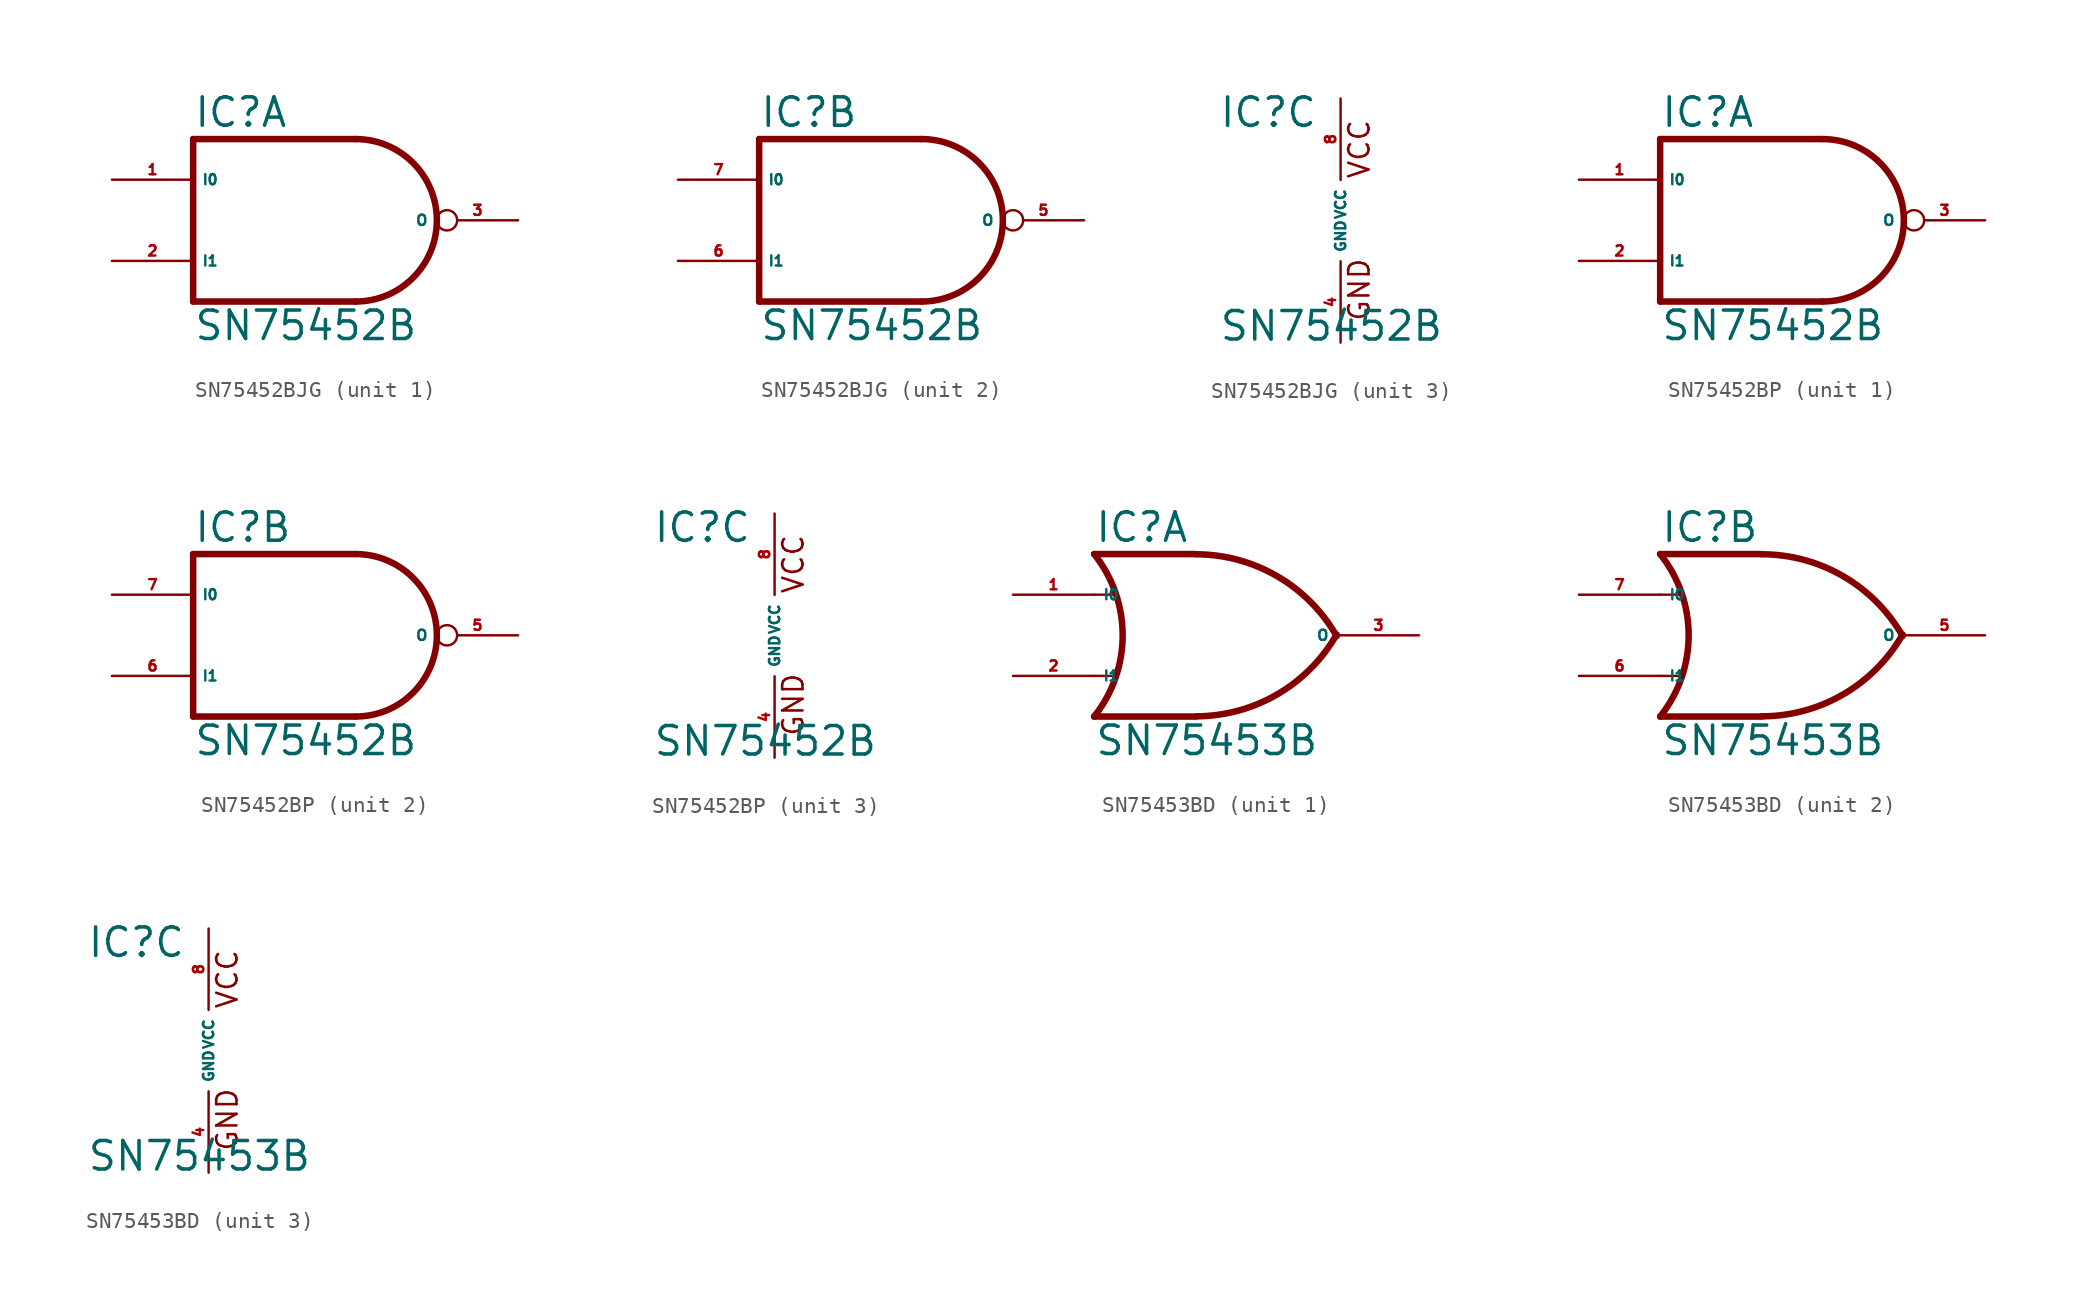
<source format=kicad_sym>
(kicad_symbol_lib
  (version 20220914)
  (generator Eagle2Kicad)
  (symbol "SN75452BJG"
    (property "Reference" "IC"
      (at -7.62 5.715 0)
      (effects (font (size 1.778 1.778) (thickness 0.22)) (justify left bottom)))
    (property "Value" "SN75452B"
      (at -7.62 -7.62 0)
      (effects (font (size 1.778 1.778) (thickness 0.22)) (justify left bottom)))
    (symbol "SN75452BJG_1_0"
      (polyline (pts (xy -7.62 5.08) (xy -7.62 -5.08)) (stroke (width 0.406) (type default)) (fill (type none)))
      (polyline (pts (xy -7.62 -5.08) (xy 2.54 -5.08)) (stroke (width 0.406) (type default)) (fill (type none)))
      (polyline (pts (xy 2.54 5.08) (xy -7.62 5.08)) (stroke (width 0.406) (type default)) (fill (type none)))
      (arc (start 2.54 -5.08) (mid 7.620 0.000) (end 2.54 5.08) (stroke (width 0.4064) (type default)) (fill (type none)))
      (pin input line (at -12.7 2.54 0) (length 5.08) (name "I0" (effects (font (size 0.635 0.635) (thickness 0.08)) (justify left bottom))) (number "1" (effects (font (size 0.635 0.635) (thickness 0.08)) (justify left bottom))))
      (pin input line (at -12.7 -2.54 0) (length 5.08) (name "I1" (effects (font (size 0.635 0.635) (thickness 0.08)) (justify left bottom))) (number "2" (effects (font (size 0.635 0.635) (thickness 0.08)) (justify left bottom))))
      (pin output inverted (at 12.7 0 180) (length 5.08) (name "O" (effects (font (size 0.635 0.635) (thickness 0.08)) (justify left bottom))) (number "3" (effects (font (size 0.635 0.635) (thickness 0.08)) (justify left bottom)))))
    (symbol "SN75452BJG_2_0"
      (polyline (pts (xy -7.62 5.08) (xy -7.62 -5.08)) (stroke (width 0.406) (type default)) (fill (type none)))
      (polyline (pts (xy -7.62 -5.08) (xy 2.54 -5.08)) (stroke (width 0.406) (type default)) (fill (type none)))
      (polyline (pts (xy 2.54 5.08) (xy -7.62 5.08)) (stroke (width 0.406) (type default)) (fill (type none)))
      (arc (start 2.54 -5.08) (mid 7.620 0.000) (end 2.54 5.08) (stroke (width 0.4064) (type default)) (fill (type none)))
      (pin input line (at -12.7 2.54 0) (length 5.08) (name "I0" (effects (font (size 0.635 0.635) (thickness 0.08)) (justify left bottom))) (number "7" (effects (font (size 0.635 0.635) (thickness 0.08)) (justify left bottom))))
      (pin input line (at -12.7 -2.54 0) (length 5.08) (name "I1" (effects (font (size 0.635 0.635) (thickness 0.08)) (justify left bottom))) (number "6" (effects (font (size 0.635 0.635) (thickness 0.08)) (justify left bottom))))
      (pin output inverted (at 12.7 0 180) (length 5.08) (name "O" (effects (font (size 0.635 0.635) (thickness 0.08)) (justify left bottom))) (number "5" (effects (font (size 0.635 0.635) (thickness 0.08)) (justify left bottom)))))
    (symbol "SN75452BJG_3_0"
      (text "GND" (at 1.905 -6.35 900) (effects (font (size 1.27 1.27) (thickness 0.16)) (justify left bottom)))
      (text "VCC" (at 1.905 2.54 900) (effects (font (size 1.27 1.27) (thickness 0.16)) (justify left bottom)))
      (pin unspecified line (at 0 -7.62 90) (length 5.08) (name "GND" (effects (font (size 0.635 0.635) (thickness 0.08)) (justify left bottom))) (number "4" (effects (font (size 0.635 0.635) (thickness 0.08)) (justify left bottom))))
      (pin unspecified line (at 0 7.62 270) (length 5.08) (name "VCC" (effects (font (size 0.635 0.635) (thickness 0.08)) (justify left bottom))) (number "8" (effects (font (size 0.635 0.635) (thickness 0.08)) (justify left bottom))))))
  (symbol "SN75452BP"
    (property "Reference" "IC"
      (at -7.62 5.715 0)
      (effects (font (size 1.778 1.778) (thickness 0.22)) (justify left bottom)))
    (property "Value" "SN75452B"
      (at -7.62 -7.62 0)
      (effects (font (size 1.778 1.778) (thickness 0.22)) (justify left bottom)))
    (symbol "SN75452BP_1_0"
      (polyline (pts (xy -7.62 5.08) (xy -7.62 -5.08)) (stroke (width 0.406) (type default)) (fill (type none)))
      (polyline (pts (xy -7.62 -5.08) (xy 2.54 -5.08)) (stroke (width 0.406) (type default)) (fill (type none)))
      (polyline (pts (xy 2.54 5.08) (xy -7.62 5.08)) (stroke (width 0.406) (type default)) (fill (type none)))
      (arc (start 2.54 -5.08) (mid 7.620 0.000) (end 2.54 5.08) (stroke (width 0.4064) (type default)) (fill (type none)))
      (pin input line (at -12.7 2.54 0) (length 5.08) (name "I0" (effects (font (size 0.635 0.635) (thickness 0.08)) (justify left bottom))) (number "1" (effects (font (size 0.635 0.635) (thickness 0.08)) (justify left bottom))))
      (pin input line (at -12.7 -2.54 0) (length 5.08) (name "I1" (effects (font (size 0.635 0.635) (thickness 0.08)) (justify left bottom))) (number "2" (effects (font (size 0.635 0.635) (thickness 0.08)) (justify left bottom))))
      (pin output inverted (at 12.7 0 180) (length 5.08) (name "O" (effects (font (size 0.635 0.635) (thickness 0.08)) (justify left bottom))) (number "3" (effects (font (size 0.635 0.635) (thickness 0.08)) (justify left bottom)))))
    (symbol "SN75452BP_2_0"
      (polyline (pts (xy -7.62 5.08) (xy -7.62 -5.08)) (stroke (width 0.406) (type default)) (fill (type none)))
      (polyline (pts (xy -7.62 -5.08) (xy 2.54 -5.08)) (stroke (width 0.406) (type default)) (fill (type none)))
      (polyline (pts (xy 2.54 5.08) (xy -7.62 5.08)) (stroke (width 0.406) (type default)) (fill (type none)))
      (arc (start 2.54 -5.08) (mid 7.620 0.000) (end 2.54 5.08) (stroke (width 0.4064) (type default)) (fill (type none)))
      (pin input line (at -12.7 2.54 0) (length 5.08) (name "I0" (effects (font (size 0.635 0.635) (thickness 0.08)) (justify left bottom))) (number "7" (effects (font (size 0.635 0.635) (thickness 0.08)) (justify left bottom))))
      (pin input line (at -12.7 -2.54 0) (length 5.08) (name "I1" (effects (font (size 0.635 0.635) (thickness 0.08)) (justify left bottom))) (number "6" (effects (font (size 0.635 0.635) (thickness 0.08)) (justify left bottom))))
      (pin output inverted (at 12.7 0 180) (length 5.08) (name "O" (effects (font (size 0.635 0.635) (thickness 0.08)) (justify left bottom))) (number "5" (effects (font (size 0.635 0.635) (thickness 0.08)) (justify left bottom)))))
    (symbol "SN75452BP_3_0"
      (text "GND" (at 1.905 -6.35 900) (effects (font (size 1.27 1.27) (thickness 0.16)) (justify left bottom)))
      (text "VCC" (at 1.905 2.54 900) (effects (font (size 1.27 1.27) (thickness 0.16)) (justify left bottom)))
      (pin unspecified line (at 0 -7.62 90) (length 5.08) (name "GND" (effects (font (size 0.635 0.635) (thickness 0.08)) (justify left bottom))) (number "4" (effects (font (size 0.635 0.635) (thickness 0.08)) (justify left bottom))))
      (pin unspecified line (at 0 7.62 270) (length 5.08) (name "VCC" (effects (font (size 0.635 0.635) (thickness 0.08)) (justify left bottom))) (number "8" (effects (font (size 0.635 0.635) (thickness 0.08)) (justify left bottom))))))
  (symbol "SN75453BD"
    (property "Reference" "IC"
      (at -7.62 5.715 0)
      (effects (font (size 1.778 1.778) (thickness 0.22)) (justify left bottom)))
    (property "Value" "SN75453B"
      (at -7.62 -7.62 0)
      (effects (font (size 1.778 1.778) (thickness 0.22)) (justify left bottom)))
    (symbol "SN75453BD_1_0"
      (polyline (pts (xy -1.27 5.08) (xy -7.62 5.08)) (stroke (width 0.406) (type default)) (fill (type none)))
      (polyline (pts (xy -1.27 -5.08) (xy -7.62 -5.08)) (stroke (width 0.406) (type default)) (fill (type none)))
      (polyline (pts (xy -7.62 2.54) (xy -6.35 2.54)) (stroke (width 0.152) (type default)) (fill (type none)))
      (polyline (pts (xy -7.62 -2.54) (xy -6.35 -2.54)) (stroke (width 0.152) (type default)) (fill (type none)))
      (arc (start -1.2446 -5.0678) (mid 3.837 -3.689) (end 7.5439 0.0507) (stroke (width 0.4064) (type default)) (fill (type none)))
      (arc (start 7.5442 -0.0505) (mid 3.837 3.689) (end -1.2446 5.0678) (stroke (width 0.4064) (type default)) (fill (type none)))
      (arc (start -7.62 -5.08) (mid -5.838 0.000) (end -7.62 5.08) (stroke (width 0.4064) (type default)) (fill (type none)))
      (pin input line (at -12.7 2.54 0) (length 5.08) (name "I0" (effects (font (size 0.635 0.635) (thickness 0.08)) (justify left bottom))) (number "1" (effects (font (size 0.635 0.635) (thickness 0.08)) (justify left bottom))))
      (pin input line (at -12.7 -2.54 0) (length 5.08) (name "I1" (effects (font (size 0.635 0.635) (thickness 0.08)) (justify left bottom))) (number "2" (effects (font (size 0.635 0.635) (thickness 0.08)) (justify left bottom))))
      (pin output line (at 12.7 0 180) (length 5.08) (name "O" (effects (font (size 0.635 0.635) (thickness 0.08)) (justify left bottom))) (number "3" (effects (font (size 0.635 0.635) (thickness 0.08)) (justify left bottom)))))
    (symbol "SN75453BD_2_0"
      (polyline (pts (xy -1.27 5.08) (xy -7.62 5.08)) (stroke (width 0.406) (type default)) (fill (type none)))
      (polyline (pts (xy -1.27 -5.08) (xy -7.62 -5.08)) (stroke (width 0.406) (type default)) (fill (type none)))
      (polyline (pts (xy -7.62 2.54) (xy -6.35 2.54)) (stroke (width 0.152) (type default)) (fill (type none)))
      (polyline (pts (xy -7.62 -2.54) (xy -6.35 -2.54)) (stroke (width 0.152) (type default)) (fill (type none)))
      (arc (start -1.2446 -5.0678) (mid 3.837 -3.689) (end 7.5439 0.0507) (stroke (width 0.4064) (type default)) (fill (type none)))
      (arc (start 7.5442 -0.0505) (mid 3.837 3.689) (end -1.2446 5.0678) (stroke (width 0.4064) (type default)) (fill (type none)))
      (arc (start -7.62 -5.08) (mid -5.838 0.000) (end -7.62 5.08) (stroke (width 0.4064) (type default)) (fill (type none)))
      (pin input line (at -12.7 2.54 0) (length 5.08) (name "I0" (effects (font (size 0.635 0.635) (thickness 0.08)) (justify left bottom))) (number "7" (effects (font (size 0.635 0.635) (thickness 0.08)) (justify left bottom))))
      (pin input line (at -12.7 -2.54 0) (length 5.08) (name "I1" (effects (font (size 0.635 0.635) (thickness 0.08)) (justify left bottom))) (number "6" (effects (font (size 0.635 0.635) (thickness 0.08)) (justify left bottom))))
      (pin output line (at 12.7 0 180) (length 5.08) (name "O" (effects (font (size 0.635 0.635) (thickness 0.08)) (justify left bottom))) (number "5" (effects (font (size 0.635 0.635) (thickness 0.08)) (justify left bottom)))))
    (symbol "SN75453BD_3_0"
      (text "GND" (at 1.905 -6.35 900) (effects (font (size 1.27 1.27) (thickness 0.16)) (justify left bottom)))
      (text "VCC" (at 1.905 2.54 900) (effects (font (size 1.27 1.27) (thickness 0.16)) (justify left bottom)))
      (pin unspecified line (at 0 -7.62 90) (length 5.08) (name "GND" (effects (font (size 0.635 0.635) (thickness 0.08)) (justify left bottom))) (number "4" (effects (font (size 0.635 0.635) (thickness 0.08)) (justify left bottom))))
      (pin unspecified line (at 0 7.62 270) (length 5.08) (name "VCC" (effects (font (size 0.635 0.635) (thickness 0.08)) (justify left bottom))) (number "8" (effects (font (size 0.635 0.635) (thickness 0.08)) (justify left bottom)))))))
</source>
